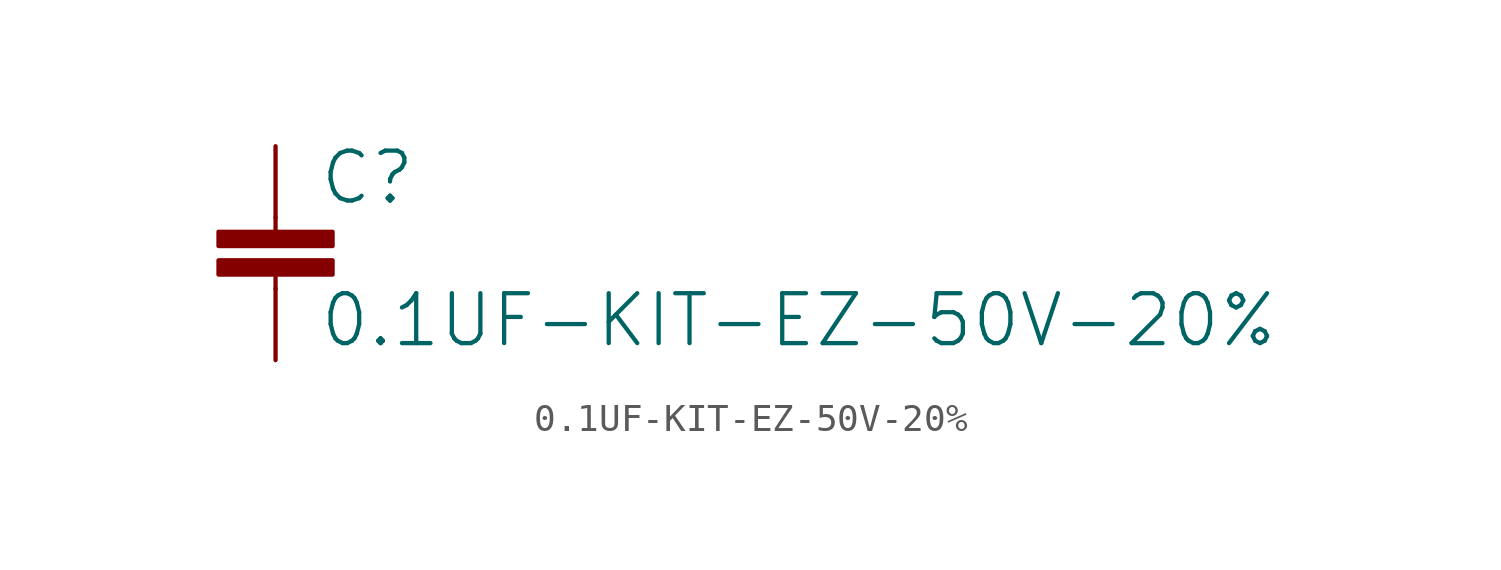
<source format=kicad_sym>
(kicad_symbol_lib
  (version 20211014)
  (generator kicad_symbol_editor)
  (symbol "0.1UF-KIT-EZ-50V-20%"
    (property "Reference" "C"
      (at 1.524 2.921 0)
      (effects (font (size 1.778 1.778)) (justify left bottom)))
    (property "Value" "0.1UF-KIT-EZ-50V-20%"
      (at 1.524 -2.159 0)
      (effects (font (size 1.778 1.778)) (justify left bottom)))
    (property "ki_locked" ""
      (at 0 0 0)
      (effects (font (size 1.27 1.27))))
    (symbol "0.1UF-KIT-EZ-50V-20%_1_0"
      (rectangle (start -2.032 0.508) (end 2.032 1.016) (stroke (width 0) (type default) (color 0 0 0 0)) (fill (type outline)))
      (rectangle (start -2.032 1.524) (end 2.032 2.032) (stroke (width 0) (type default) (color 0 0 0 0)) (fill (type outline)))
      (polyline (pts (xy 0 0) (xy 0 0.508)) (stroke (width 0.152) (type default) (color 0 0 0 0)) (fill (type none)))
      (polyline (pts (xy 0 2.54) (xy 0 2.032)) (stroke (width 0.152) (type default) (color 0 0 0 0)) (fill (type none)))
      (pin passive line (at 0 5.08 270) (length 2.54) (name "1" (effects (font (size 0 0)))) (number "1" (effects (font (size 0 0)))))
      (pin passive line (at 0 -2.54 90) (length 2.54) (name "2" (effects (font (size 0 0)))) (number "2" (effects (font (size 0 0))))))))
</source>
